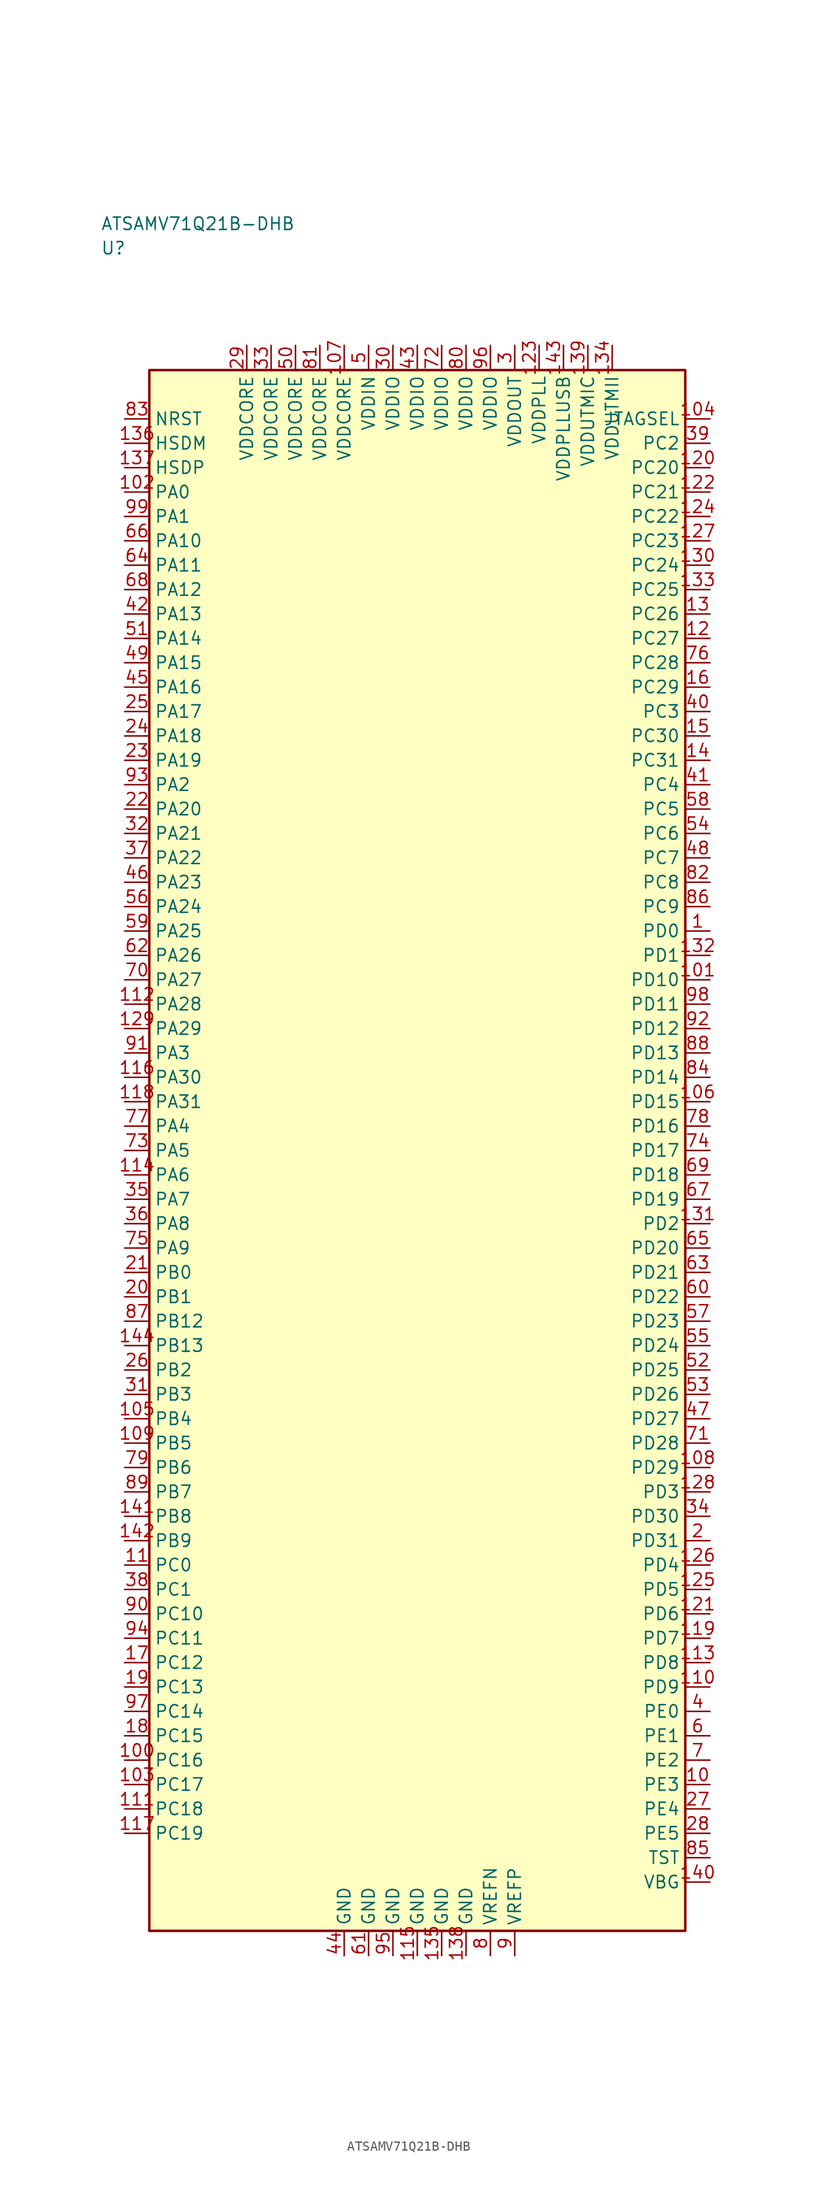
<source format=kicad_sym>
(kicad_symbol_lib
  (version 20241025)
  (generator "kicad_symbol_editor")
  (generator_version "8.0")
  (symbol "ATSAMV71Q21B-DHB"
    (property "Reference" "U"
      (at -32.5 92.5 0)
      (effects (font (size 1.27 1.27)) (justify left)))
    (property "Value" "ATSAMV71Q21B-DHB"
      (at -32.5 95.0 0)
      (effects (font (size 1.27 1.27)) (justify left)))
    (symbol "ATSAMV71Q21B-DHB_0_1"
      (rectangle (start -27.5 80.0) (end 27.5 -80.0) (stroke (width 0.254) (type default)) (fill (type background))))
    (symbol "ATSAMV71Q21B-DHB_1_1"
      (pin bidirectional line (at -30.04 67.5 0.0) (length 2.54) (name "PA0" (effects (font (size 1.27 1.27)))) (number "102" (effects (font (size 1.27 1.27)))))
      (pin bidirectional line (at -30.04 65.0 0.0) (length 2.54) (name "PA1" (effects (font (size 1.27 1.27)))) (number "99" (effects (font (size 1.27 1.27)))))
      (pin bidirectional line (at -30.04 37.5 0.0) (length 2.54) (name "PA2" (effects (font (size 1.27 1.27)))) (number "93" (effects (font (size 1.27 1.27)))))
      (pin bidirectional line (at -30.04 10.0 0.0) (length 2.54) (name "PA3" (effects (font (size 1.27 1.27)))) (number "91" (effects (font (size 1.27 1.27)))))
      (pin bidirectional line (at -30.04 2.5 0.0) (length 2.54) (name "PA4" (effects (font (size 1.27 1.27)))) (number "77" (effects (font (size 1.27 1.27)))))
      (pin bidirectional line (at -30.04 0.0 0.0) (length 2.54) (name "PA5" (effects (font (size 1.27 1.27)))) (number "73" (effects (font (size 1.27 1.27)))))
      (pin bidirectional line (at -30.04 -2.5 0.0) (length 2.54) (name "PA6" (effects (font (size 1.27 1.27)))) (number "114" (effects (font (size 1.27 1.27)))))
      (pin bidirectional line (at -30.04 -5.0 0.0) (length 2.54) (name "PA7" (effects (font (size 1.27 1.27)))) (number "35" (effects (font (size 1.27 1.27)))))
      (pin bidirectional line (at -30.04 -7.5 0.0) (length 2.54) (name "PA8" (effects (font (size 1.27 1.27)))) (number "36" (effects (font (size 1.27 1.27)))))
      (pin bidirectional line (at -30.04 -10.0 0.0) (length 2.54) (name "PA9" (effects (font (size 1.27 1.27)))) (number "75" (effects (font (size 1.27 1.27)))))
      (pin bidirectional line (at -30.04 62.5 0.0) (length 2.54) (name "PA10" (effects (font (size 1.27 1.27)))) (number "66" (effects (font (size 1.27 1.27)))))
      (pin bidirectional line (at -30.04 60.0 0.0) (length 2.54) (name "PA11" (effects (font (size 1.27 1.27)))) (number "64" (effects (font (size 1.27 1.27)))))
      (pin bidirectional line (at -30.04 57.5 0.0) (length 2.54) (name "PA12" (effects (font (size 1.27 1.27)))) (number "68" (effects (font (size 1.27 1.27)))))
      (pin bidirectional line (at -30.04 55.0 0.0) (length 2.54) (name "PA13" (effects (font (size 1.27 1.27)))) (number "42" (effects (font (size 1.27 1.27)))))
      (pin bidirectional line (at -30.04 52.5 0.0) (length 2.54) (name "PA14" (effects (font (size 1.27 1.27)))) (number "51" (effects (font (size 1.27 1.27)))))
      (pin bidirectional line (at -30.04 50.0 0.0) (length 2.54) (name "PA15" (effects (font (size 1.27 1.27)))) (number "49" (effects (font (size 1.27 1.27)))))
      (pin bidirectional line (at -30.04 47.5 0.0) (length 2.54) (name "PA16" (effects (font (size 1.27 1.27)))) (number "45" (effects (font (size 1.27 1.27)))))
      (pin bidirectional line (at -30.04 45.0 0.0) (length 2.54) (name "PA17" (effects (font (size 1.27 1.27)))) (number "25" (effects (font (size 1.27 1.27)))))
      (pin bidirectional line (at -30.04 42.5 0.0) (length 2.54) (name "PA18" (effects (font (size 1.27 1.27)))) (number "24" (effects (font (size 1.27 1.27)))))
      (pin bidirectional line (at -30.04 40.0 0.0) (length 2.54) (name "PA19" (effects (font (size 1.27 1.27)))) (number "23" (effects (font (size 1.27 1.27)))))
      (pin bidirectional line (at -30.04 35.0 0.0) (length 2.54) (name "PA20" (effects (font (size 1.27 1.27)))) (number "22" (effects (font (size 1.27 1.27)))))
      (pin bidirectional line (at -30.04 32.5 0.0) (length 2.54) (name "PA21" (effects (font (size 1.27 1.27)))) (number "32" (effects (font (size 1.27 1.27)))))
      (pin bidirectional line (at -30.04 30.0 0.0) (length 2.54) (name "PA22" (effects (font (size 1.27 1.27)))) (number "37" (effects (font (size 1.27 1.27)))))
      (pin bidirectional line (at -30.04 27.5 0.0) (length 2.54) (name "PA23" (effects (font (size 1.27 1.27)))) (number "46" (effects (font (size 1.27 1.27)))))
      (pin bidirectional line (at -30.04 25.0 0.0) (length 2.54) (name "PA24" (effects (font (size 1.27 1.27)))) (number "56" (effects (font (size 1.27 1.27)))))
      (pin bidirectional line (at -30.04 22.5 0.0) (length 2.54) (name "PA25" (effects (font (size 1.27 1.27)))) (number "59" (effects (font (size 1.27 1.27)))))
      (pin bidirectional line (at -30.04 20.0 0.0) (length 2.54) (name "PA26" (effects (font (size 1.27 1.27)))) (number "62" (effects (font (size 1.27 1.27)))))
      (pin bidirectional line (at -30.04 17.5 0.0) (length 2.54) (name "PA27" (effects (font (size 1.27 1.27)))) (number "70" (effects (font (size 1.27 1.27)))))
      (pin bidirectional line (at -30.04 15.0 0.0) (length 2.54) (name "PA28" (effects (font (size 1.27 1.27)))) (number "112" (effects (font (size 1.27 1.27)))))
      (pin bidirectional line (at -30.04 12.5 0.0) (length 2.54) (name "PA29" (effects (font (size 1.27 1.27)))) (number "129" (effects (font (size 1.27 1.27)))))
      (pin bidirectional line (at -30.04 7.5 0.0) (length 2.54) (name "PA30" (effects (font (size 1.27 1.27)))) (number "116" (effects (font (size 1.27 1.27)))))
      (pin bidirectional line (at -30.04 5.0 0.0) (length 2.54) (name "PA31" (effects (font (size 1.27 1.27)))) (number "118" (effects (font (size 1.27 1.27)))))
      (pin bidirectional line (at -30.04 -12.5 0.0) (length 2.54) (name "PB0" (effects (font (size 1.27 1.27)))) (number "21" (effects (font (size 1.27 1.27)))))
      (pin bidirectional line (at -30.04 -15.0 0.0) (length 2.54) (name "PB1" (effects (font (size 1.27 1.27)))) (number "20" (effects (font (size 1.27 1.27)))))
      (pin bidirectional line (at -30.04 -22.5 0.0) (length 2.54) (name "PB2" (effects (font (size 1.27 1.27)))) (number "26" (effects (font (size 1.27 1.27)))))
      (pin bidirectional line (at -30.04 -25.0 0.0) (length 2.54) (name "PB3" (effects (font (size 1.27 1.27)))) (number "31" (effects (font (size 1.27 1.27)))))
      (pin bidirectional line (at -30.04 -27.5 0.0) (length 2.54) (name "PB4" (effects (font (size 1.27 1.27)))) (number "105" (effects (font (size 1.27 1.27)))))
      (pin bidirectional line (at -30.04 -30.0 0.0) (length 2.54) (name "PB5" (effects (font (size 1.27 1.27)))) (number "109" (effects (font (size 1.27 1.27)))))
      (pin bidirectional line (at -30.04 -32.5 0.0) (length 2.54) (name "PB6" (effects (font (size 1.27 1.27)))) (number "79" (effects (font (size 1.27 1.27)))))
      (pin bidirectional line (at -30.04 -35.0 0.0) (length 2.54) (name "PB7" (effects (font (size 1.27 1.27)))) (number "89" (effects (font (size 1.27 1.27)))))
      (pin bidirectional line (at -30.04 -37.5 0.0) (length 2.54) (name "PB8" (effects (font (size 1.27 1.27)))) (number "141" (effects (font (size 1.27 1.27)))))
      (pin bidirectional line (at -30.04 -40.0 0.0) (length 2.54) (name "PB9" (effects (font (size 1.27 1.27)))) (number "142" (effects (font (size 1.27 1.27)))))
      (pin bidirectional line (at -30.04 -17.5 0.0) (length 2.54) (name "PB12" (effects (font (size 1.27 1.27)))) (number "87" (effects (font (size 1.27 1.27)))))
      (pin bidirectional line (at -30.04 -20.0 0.0) (length 2.54) (name "PB13" (effects (font (size 1.27 1.27)))) (number "144" (effects (font (size 1.27 1.27)))))
      (pin bidirectional line (at -30.04 -42.5 0.0) (length 2.54) (name "PC0" (effects (font (size 1.27 1.27)))) (number "11" (effects (font (size 1.27 1.27)))))
      (pin bidirectional line (at -30.04 -45.0 0.0) (length 2.54) (name "PC1" (effects (font (size 1.27 1.27)))) (number "38" (effects (font (size 1.27 1.27)))))
      (pin bidirectional line (at 30.04 72.5 180.0) (length 2.54) (name "PC2" (effects (font (size 1.27 1.27)))) (number "39" (effects (font (size 1.27 1.27)))))
      (pin bidirectional line (at 30.04 45.0 180.0) (length 2.54) (name "PC3" (effects (font (size 1.27 1.27)))) (number "40" (effects (font (size 1.27 1.27)))))
      (pin bidirectional line (at 30.04 37.5 180.0) (length 2.54) (name "PC4" (effects (font (size 1.27 1.27)))) (number "41" (effects (font (size 1.27 1.27)))))
      (pin bidirectional line (at 30.04 35.0 180.0) (length 2.54) (name "PC5" (effects (font (size 1.27 1.27)))) (number "58" (effects (font (size 1.27 1.27)))))
      (pin bidirectional line (at 30.04 32.5 180.0) (length 2.54) (name "PC6" (effects (font (size 1.27 1.27)))) (number "54" (effects (font (size 1.27 1.27)))))
      (pin bidirectional line (at 30.04 30.0 180.0) (length 2.54) (name "PC7" (effects (font (size 1.27 1.27)))) (number "48" (effects (font (size 1.27 1.27)))))
      (pin bidirectional line (at 30.04 27.5 180.0) (length 2.54) (name "PC8" (effects (font (size 1.27 1.27)))) (number "82" (effects (font (size 1.27 1.27)))))
      (pin bidirectional line (at 30.04 25.0 180.0) (length 2.54) (name "PC9" (effects (font (size 1.27 1.27)))) (number "86" (effects (font (size 1.27 1.27)))))
      (pin bidirectional line (at -30.04 -47.5 0.0) (length 2.54) (name "PC10" (effects (font (size 1.27 1.27)))) (number "90" (effects (font (size 1.27 1.27)))))
      (pin bidirectional line (at -30.04 -50.0 0.0) (length 2.54) (name "PC11" (effects (font (size 1.27 1.27)))) (number "94" (effects (font (size 1.27 1.27)))))
      (pin bidirectional line (at -30.04 -52.5 0.0) (length 2.54) (name "PC12" (effects (font (size 1.27 1.27)))) (number "17" (effects (font (size 1.27 1.27)))))
      (pin bidirectional line (at -30.04 -55.0 0.0) (length 2.54) (name "PC13" (effects (font (size 1.27 1.27)))) (number "19" (effects (font (size 1.27 1.27)))))
      (pin bidirectional line (at -30.04 -57.5 0.0) (length 2.54) (name "PC14" (effects (font (size 1.27 1.27)))) (number "97" (effects (font (size 1.27 1.27)))))
      (pin bidirectional line (at -30.04 -60.0 0.0) (length 2.54) (name "PC15" (effects (font (size 1.27 1.27)))) (number "18" (effects (font (size 1.27 1.27)))))
      (pin bidirectional line (at -30.04 -62.5 0.0) (length 2.54) (name "PC16" (effects (font (size 1.27 1.27)))) (number "100" (effects (font (size 1.27 1.27)))))
      (pin bidirectional line (at -30.04 -65.0 0.0) (length 2.54) (name "PC17" (effects (font (size 1.27 1.27)))) (number "103" (effects (font (size 1.27 1.27)))))
      (pin bidirectional line (at -30.04 -67.5 0.0) (length 2.54) (name "PC18" (effects (font (size 1.27 1.27)))) (number "111" (effects (font (size 1.27 1.27)))))
      (pin bidirectional line (at -30.04 -70.0 0.0) (length 2.54) (name "PC19" (effects (font (size 1.27 1.27)))) (number "117" (effects (font (size 1.27 1.27)))))
      (pin bidirectional line (at 30.04 70.0 180.0) (length 2.54) (name "PC20" (effects (font (size 1.27 1.27)))) (number "120" (effects (font (size 1.27 1.27)))))
      (pin bidirectional line (at 30.04 67.5 180.0) (length 2.54) (name "PC21" (effects (font (size 1.27 1.27)))) (number "122" (effects (font (size 1.27 1.27)))))
      (pin bidirectional line (at 30.04 65.0 180.0) (length 2.54) (name "PC22" (effects (font (size 1.27 1.27)))) (number "124" (effects (font (size 1.27 1.27)))))
      (pin bidirectional line (at 30.04 62.5 180.0) (length 2.54) (name "PC23" (effects (font (size 1.27 1.27)))) (number "127" (effects (font (size 1.27 1.27)))))
      (pin bidirectional line (at 30.04 60.0 180.0) (length 2.54) (name "PC24" (effects (font (size 1.27 1.27)))) (number "130" (effects (font (size 1.27 1.27)))))
      (pin bidirectional line (at 30.04 57.5 180.0) (length 2.54) (name "PC25" (effects (font (size 1.27 1.27)))) (number "133" (effects (font (size 1.27 1.27)))))
      (pin bidirectional line (at 30.04 55.0 180.0) (length 2.54) (name "PC26" (effects (font (size 1.27 1.27)))) (number "13" (effects (font (size 1.27 1.27)))))
      (pin bidirectional line (at 30.04 52.5 180.0) (length 2.54) (name "PC27" (effects (font (size 1.27 1.27)))) (number "12" (effects (font (size 1.27 1.27)))))
      (pin bidirectional line (at 30.04 50.0 180.0) (length 2.54) (name "PC28" (effects (font (size 1.27 1.27)))) (number "76" (effects (font (size 1.27 1.27)))))
      (pin bidirectional line (at 30.04 47.5 180.0) (length 2.54) (name "PC29" (effects (font (size 1.27 1.27)))) (number "16" (effects (font (size 1.27 1.27)))))
      (pin bidirectional line (at 30.04 42.5 180.0) (length 2.54) (name "PC30" (effects (font (size 1.27 1.27)))) (number "15" (effects (font (size 1.27 1.27)))))
      (pin bidirectional line (at 30.04 40.0 180.0) (length 2.54) (name "PC31" (effects (font (size 1.27 1.27)))) (number "14" (effects (font (size 1.27 1.27)))))
      (pin bidirectional line (at 30.04 22.5 180.0) (length 2.54) (name "PD0" (effects (font (size 1.27 1.27)))) (number "1" (effects (font (size 1.27 1.27)))))
      (pin bidirectional line (at 30.04 20.0 180.0) (length 2.54) (name "PD1" (effects (font (size 1.27 1.27)))) (number "132" (effects (font (size 1.27 1.27)))))
      (pin bidirectional line (at 30.04 -7.5 180.0) (length 2.54) (name "PD2" (effects (font (size 1.27 1.27)))) (number "131" (effects (font (size 1.27 1.27)))))
      (pin bidirectional line (at 30.04 -35.0 180.0) (length 2.54) (name "PD3" (effects (font (size 1.27 1.27)))) (number "128" (effects (font (size 1.27 1.27)))))
      (pin bidirectional line (at 30.04 -42.5 180.0) (length 2.54) (name "PD4" (effects (font (size 1.27 1.27)))) (number "126" (effects (font (size 1.27 1.27)))))
      (pin bidirectional line (at 30.04 -45.0 180.0) (length 2.54) (name "PD5" (effects (font (size 1.27 1.27)))) (number "125" (effects (font (size 1.27 1.27)))))
      (pin bidirectional line (at 30.04 -47.5 180.0) (length 2.54) (name "PD6" (effects (font (size 1.27 1.27)))) (number "121" (effects (font (size 1.27 1.27)))))
      (pin bidirectional line (at 30.04 -50.0 180.0) (length 2.54) (name "PD7" (effects (font (size 1.27 1.27)))) (number "119" (effects (font (size 1.27 1.27)))))
      (pin bidirectional line (at 30.04 -52.5 180.0) (length 2.54) (name "PD8" (effects (font (size 1.27 1.27)))) (number "113" (effects (font (size 1.27 1.27)))))
      (pin bidirectional line (at 30.04 -55.0 180.0) (length 2.54) (name "PD9" (effects (font (size 1.27 1.27)))) (number "110" (effects (font (size 1.27 1.27)))))
      (pin bidirectional line (at 30.04 17.5 180.0) (length 2.54) (name "PD10" (effects (font (size 1.27 1.27)))) (number "101" (effects (font (size 1.27 1.27)))))
      (pin bidirectional line (at 30.04 15.0 180.0) (length 2.54) (name "PD11" (effects (font (size 1.27 1.27)))) (number "98" (effects (font (size 1.27 1.27)))))
      (pin bidirectional line (at 30.04 12.5 180.0) (length 2.54) (name "PD12" (effects (font (size 1.27 1.27)))) (number "92" (effects (font (size 1.27 1.27)))))
      (pin bidirectional line (at 30.04 10.0 180.0) (length 2.54) (name "PD13" (effects (font (size 1.27 1.27)))) (number "88" (effects (font (size 1.27 1.27)))))
      (pin bidirectional line (at 30.04 7.5 180.0) (length 2.54) (name "PD14" (effects (font (size 1.27 1.27)))) (number "84" (effects (font (size 1.27 1.27)))))
      (pin bidirectional line (at 30.04 5.0 180.0) (length 2.54) (name "PD15" (effects (font (size 1.27 1.27)))) (number "106" (effects (font (size 1.27 1.27)))))
      (pin bidirectional line (at 30.04 2.5 180.0) (length 2.54) (name "PD16" (effects (font (size 1.27 1.27)))) (number "78" (effects (font (size 1.27 1.27)))))
      (pin bidirectional line (at 30.04 0.0 180.0) (length 2.54) (name "PD17" (effects (font (size 1.27 1.27)))) (number "74" (effects (font (size 1.27 1.27)))))
      (pin bidirectional line (at 30.04 -2.5 180.0) (length 2.54) (name "PD18" (effects (font (size 1.27 1.27)))) (number "69" (effects (font (size 1.27 1.27)))))
      (pin bidirectional line (at 30.04 -5.0 180.0) (length 2.54) (name "PD19" (effects (font (size 1.27 1.27)))) (number "67" (effects (font (size 1.27 1.27)))))
      (pin bidirectional line (at 30.04 -10.0 180.0) (length 2.54) (name "PD20" (effects (font (size 1.27 1.27)))) (number "65" (effects (font (size 1.27 1.27)))))
      (pin bidirectional line (at 30.04 -12.5 180.0) (length 2.54) (name "PD21" (effects (font (size 1.27 1.27)))) (number "63" (effects (font (size 1.27 1.27)))))
      (pin bidirectional line (at 30.04 -15.0 180.0) (length 2.54) (name "PD22" (effects (font (size 1.27 1.27)))) (number "60" (effects (font (size 1.27 1.27)))))
      (pin bidirectional line (at 30.04 -17.5 180.0) (length 2.54) (name "PD23" (effects (font (size 1.27 1.27)))) (number "57" (effects (font (size 1.27 1.27)))))
      (pin bidirectional line (at 30.04 -20.0 180.0) (length 2.54) (name "PD24" (effects (font (size 1.27 1.27)))) (number "55" (effects (font (size 1.27 1.27)))))
      (pin bidirectional line (at 30.04 -22.5 180.0) (length 2.54) (name "PD25" (effects (font (size 1.27 1.27)))) (number "52" (effects (font (size 1.27 1.27)))))
      (pin bidirectional line (at 30.04 -25.0 180.0) (length 2.54) (name "PD26" (effects (font (size 1.27 1.27)))) (number "53" (effects (font (size 1.27 1.27)))))
      (pin bidirectional line (at 30.04 -27.5 180.0) (length 2.54) (name "PD27" (effects (font (size 1.27 1.27)))) (number "47" (effects (font (size 1.27 1.27)))))
      (pin bidirectional line (at 30.04 -30.0 180.0) (length 2.54) (name "PD28" (effects (font (size 1.27 1.27)))) (number "71" (effects (font (size 1.27 1.27)))))
      (pin bidirectional line (at 30.04 -32.5 180.0) (length 2.54) (name "PD29" (effects (font (size 1.27 1.27)))) (number "108" (effects (font (size 1.27 1.27)))))
      (pin bidirectional line (at 30.04 -37.5 180.0) (length 2.54) (name "PD30" (effects (font (size 1.27 1.27)))) (number "34" (effects (font (size 1.27 1.27)))))
      (pin bidirectional line (at 30.04 -40.0 180.0) (length 2.54) (name "PD31" (effects (font (size 1.27 1.27)))) (number "2" (effects (font (size 1.27 1.27)))))
      (pin bidirectional line (at 30.04 -57.5 180.0) (length 2.54) (name "PE0" (effects (font (size 1.27 1.27)))) (number "4" (effects (font (size 1.27 1.27)))))
      (pin bidirectional line (at 30.04 -60.0 180.0) (length 2.54) (name "PE1" (effects (font (size 1.27 1.27)))) (number "6" (effects (font (size 1.27 1.27)))))
      (pin bidirectional line (at 30.04 -62.5 180.0) (length 2.54) (name "PE2" (effects (font (size 1.27 1.27)))) (number "7" (effects (font (size 1.27 1.27)))))
      (pin bidirectional line (at 30.04 -65.0 180.0) (length 2.54) (name "PE3" (effects (font (size 1.27 1.27)))) (number "10" (effects (font (size 1.27 1.27)))))
      (pin bidirectional line (at 30.04 -67.5 180.0) (length 2.54) (name "PE4" (effects (font (size 1.27 1.27)))) (number "27" (effects (font (size 1.27 1.27)))))
      (pin bidirectional line (at 30.04 -70.0 180.0) (length 2.54) (name "PE5" (effects (font (size 1.27 1.27)))) (number "28" (effects (font (size 1.27 1.27)))))
      (pin power_in line (at 10.0 82.54 270.0) (length 2.54) (name "VDDOUT" (effects (font (size 1.27 1.27)))) (number "3" (effects (font (size 1.27 1.27)))))
      (pin power_in line (at -5.0 82.54 270.0) (length 2.54) (name "VDDIN" (effects (font (size 1.27 1.27)))) (number "5" (effects (font (size 1.27 1.27)))))
      (pin passive line (at 7.5 -82.54 90.0) (length 2.54) (name "VREFN" (effects (font (size 1.27 1.27)))) (number "8" (effects (font (size 1.27 1.27)))))
      (pin passive line (at 10.0 -82.54 90.0) (length 2.54) (name "VREFP" (effects (font (size 1.27 1.27)))) (number "9" (effects (font (size 1.27 1.27)))))
      (pin input line (at -30.04 75.0 0.0) (length 2.54) (name "NRST" (effects (font (size 1.27 1.27)))) (number "83" (effects (font (size 1.27 1.27)))))
      (pin bidirectional line (at 30.04 -72.5 180.0) (length 2.54) (name "TST" (effects (font (size 1.27 1.27)))) (number "85" (effects (font (size 1.27 1.27)))))
      (pin power_in line (at -2.5 82.54 270.0) (length 2.54) (name "VDDIO" (effects (font (size 1.27 1.27)))) (number "30" (effects (font (size 1.27 1.27)))))
      (pin power_in line (at 0.0 82.54 270.0) (length 2.54) (name "VDDIO" (effects (font (size 1.27 1.27)))) (number "43" (effects (font (size 1.27 1.27)))))
      (pin power_in line (at 2.5 82.54 270.0) (length 2.54) (name "VDDIO" (effects (font (size 1.27 1.27)))) (number "72" (effects (font (size 1.27 1.27)))))
      (pin power_in line (at 5.0 82.54 270.0) (length 2.54) (name "VDDIO" (effects (font (size 1.27 1.27)))) (number "80" (effects (font (size 1.27 1.27)))))
      (pin power_in line (at 7.5 82.54 270.0) (length 2.54) (name "VDDIO" (effects (font (size 1.27 1.27)))) (number "96" (effects (font (size 1.27 1.27)))))
      (pin output line (at 30.04 75.0 180.0) (length 2.54) (name "JTAGSEL" (effects (font (size 1.27 1.27)))) (number "104" (effects (font (size 1.27 1.27)))))
      (pin power_in line (at -17.5 82.54 270.0) (length 2.54) (name "VDDCORE" (effects (font (size 1.27 1.27)))) (number "29" (effects (font (size 1.27 1.27)))))
      (pin power_in line (at -15.0 82.54 270.0) (length 2.54) (name "VDDCORE" (effects (font (size 1.27 1.27)))) (number "33" (effects (font (size 1.27 1.27)))))
      (pin power_in line (at -12.5 82.54 270.0) (length 2.54) (name "VDDCORE" (effects (font (size 1.27 1.27)))) (number "50" (effects (font (size 1.27 1.27)))))
      (pin power_in line (at -10.0 82.54 270.0) (length 2.54) (name "VDDCORE" (effects (font (size 1.27 1.27)))) (number "81" (effects (font (size 1.27 1.27)))))
      (pin power_in line (at -7.5 82.54 270.0) (length 2.54) (name "VDDCORE" (effects (font (size 1.27 1.27)))) (number "107" (effects (font (size 1.27 1.27)))))
      (pin power_in line (at 12.5 82.54 270.0) (length 2.54) (name "VDDPLL" (effects (font (size 1.27 1.27)))) (number "123" (effects (font (size 1.27 1.27)))))
      (pin power_in line (at 20.0 82.54 270.0) (length 2.54) (name "VDDUTMII" (effects (font (size 1.27 1.27)))) (number "134" (effects (font (size 1.27 1.27)))))
      (pin bidirectional line (at -30.04 72.5 0.0) (length 2.54) (name "HSDM" (effects (font (size 1.27 1.27)))) (number "136" (effects (font (size 1.27 1.27)))))
      (pin bidirectional line (at -30.04 70.0 0.0) (length 2.54) (name "HSDP" (effects (font (size 1.27 1.27)))) (number "137" (effects (font (size 1.27 1.27)))))
      (pin passive line (at -7.5 -82.54 90.0) (length 2.54) (name "GND" (effects (font (size 1.27 1.27)))) (number "44" (effects (font (size 1.27 1.27)))))
      (pin passive line (at -5.0 -82.54 90.0) (length 2.54) (name "GND" (effects (font (size 1.27 1.27)))) (number "61" (effects (font (size 1.27 1.27)))))
      (pin passive line (at -2.5 -82.54 90.0) (length 2.54) (name "GND" (effects (font (size 1.27 1.27)))) (number "95" (effects (font (size 1.27 1.27)))))
      (pin passive line (at 0.0 -82.54 90.0) (length 2.54) (name "GND" (effects (font (size 1.27 1.27)))) (number "115" (effects (font (size 1.27 1.27)))))
      (pin passive line (at 2.5 -82.54 90.0) (length 2.54) (name "GND" (effects (font (size 1.27 1.27)))) (number "135" (effects (font (size 1.27 1.27)))))
      (pin passive line (at 5.0 -82.54 90.0) (length 2.54) (name "GND" (effects (font (size 1.27 1.27)))) (number "138" (effects (font (size 1.27 1.27)))))
      (pin power_in line (at 17.5 82.54 270.0) (length 2.54) (name "VDDUTMIC" (effects (font (size 1.27 1.27)))) (number "139" (effects (font (size 1.27 1.27)))))
      (pin bidirectional line (at 30.04 -75.0 180.0) (length 2.54) (name "VBG" (effects (font (size 1.27 1.27)))) (number "140" (effects (font (size 1.27 1.27)))))
      (pin power_in line (at 15.0 82.54 270.0) (length 2.54) (name "VDDPLLUSB" (effects (font (size 1.27 1.27)))) (number "143" (effects (font (size 1.27 1.27))))))))
</source>
